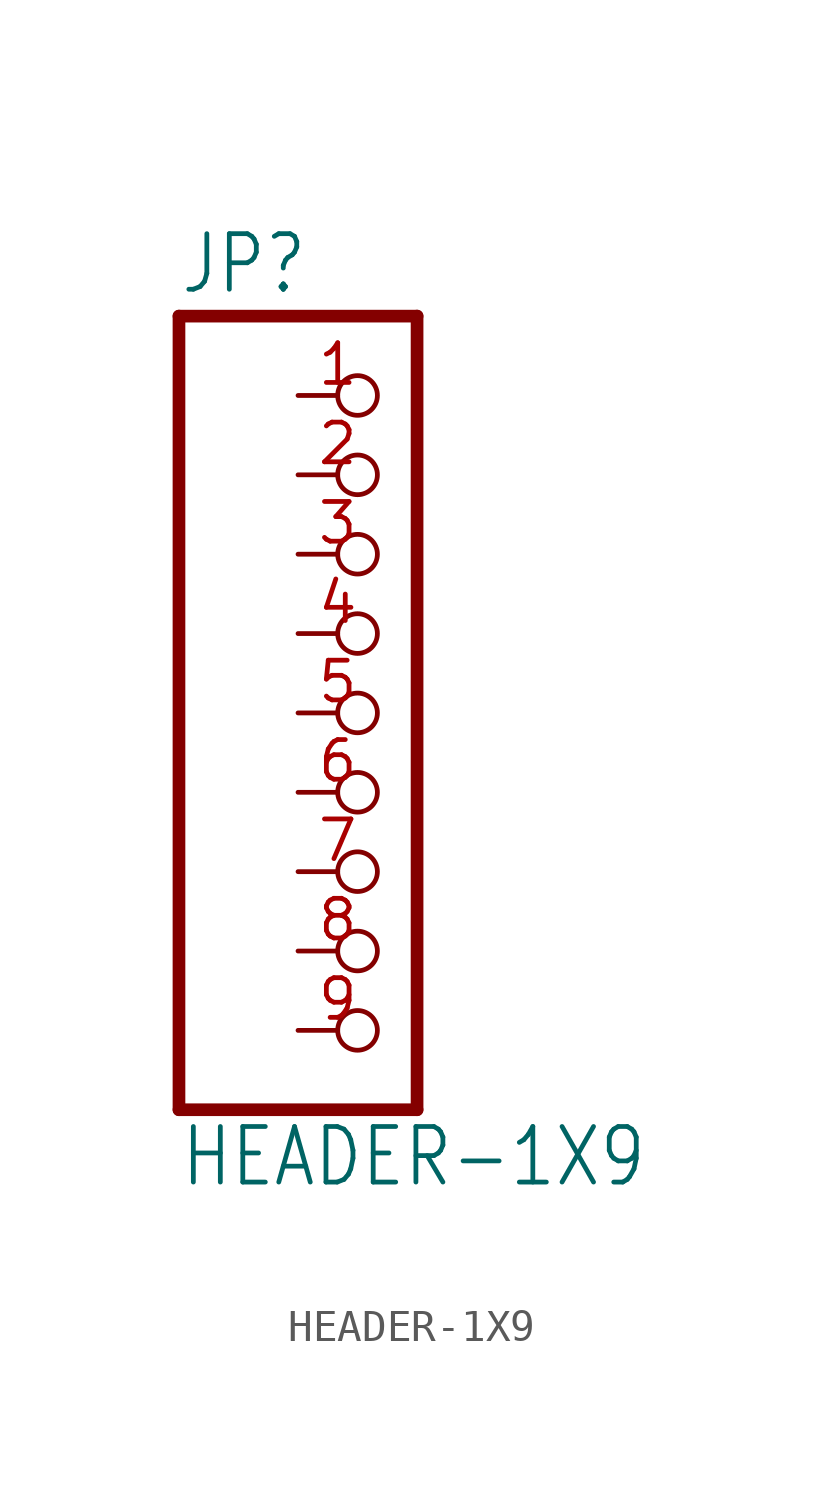
<source format=kicad_sym>
(kicad_symbol_lib
  (version 20211014)
  (generator kicad_symbol_editor)
  (symbol "HEADER-1X9"
    (property "Reference" "JP"
      (at -6.35 13.335 0)
      (effects (font (size 1.778 1.511)) (justify left bottom)))
    (property "Value" "HEADER-1X9"
      (at -6.35 -15.24 0)
      (effects (font (size 1.778 1.511)) (justify left bottom)))
    (property "ki_locked" ""
      (at 0 0 0)
      (effects (font (size 1.27 1.27))))
    (symbol "HEADER-1X9_1_0"
      (polyline (pts (xy -6.35 -12.7) (xy 1.27 -12.7)) (stroke (width 0.406) (type default) (color 0 0 0 0)) (fill (type none)))
      (polyline (pts (xy -6.35 12.7) (xy -6.35 -12.7)) (stroke (width 0.406) (type default) (color 0 0 0 0)) (fill (type none)))
      (polyline (pts (xy 1.27 -12.7) (xy 1.27 12.7)) (stroke (width 0.406) (type default) (color 0 0 0 0)) (fill (type none)))
      (polyline (pts (xy 1.27 12.7) (xy -6.35 12.7)) (stroke (width 0.406) (type default) (color 0 0 0 0)) (fill (type none)))
      (pin passive inverted (at -2.54 10.16 0) (length 2.54) (name "1" (effects (font (size 0 0)))) (number "1" (effects (font (size 1.27 1.27)))))
      (pin passive inverted (at -2.54 7.62 0) (length 2.54) (name "2" (effects (font (size 0 0)))) (number "2" (effects (font (size 1.27 1.27)))))
      (pin passive inverted (at -2.54 5.08 0) (length 2.54) (name "3" (effects (font (size 0 0)))) (number "3" (effects (font (size 1.27 1.27)))))
      (pin passive inverted (at -2.54 2.54 0) (length 2.54) (name "4" (effects (font (size 0 0)))) (number "4" (effects (font (size 1.27 1.27)))))
      (pin passive inverted (at -2.54 0 0) (length 2.54) (name "5" (effects (font (size 0 0)))) (number "5" (effects (font (size 1.27 1.27)))))
      (pin passive inverted (at -2.54 -2.54 0) (length 2.54) (name "6" (effects (font (size 0 0)))) (number "6" (effects (font (size 1.27 1.27)))))
      (pin passive inverted (at -2.54 -5.08 0) (length 2.54) (name "7" (effects (font (size 0 0)))) (number "7" (effects (font (size 1.27 1.27)))))
      (pin passive inverted (at -2.54 -7.62 0) (length 2.54) (name "8" (effects (font (size 0 0)))) (number "8" (effects (font (size 1.27 1.27)))))
      (pin passive inverted (at -2.54 -10.16 0) (length 2.54) (name "9" (effects (font (size 0 0)))) (number "9" (effects (font (size 1.27 1.27))))))))
</source>
